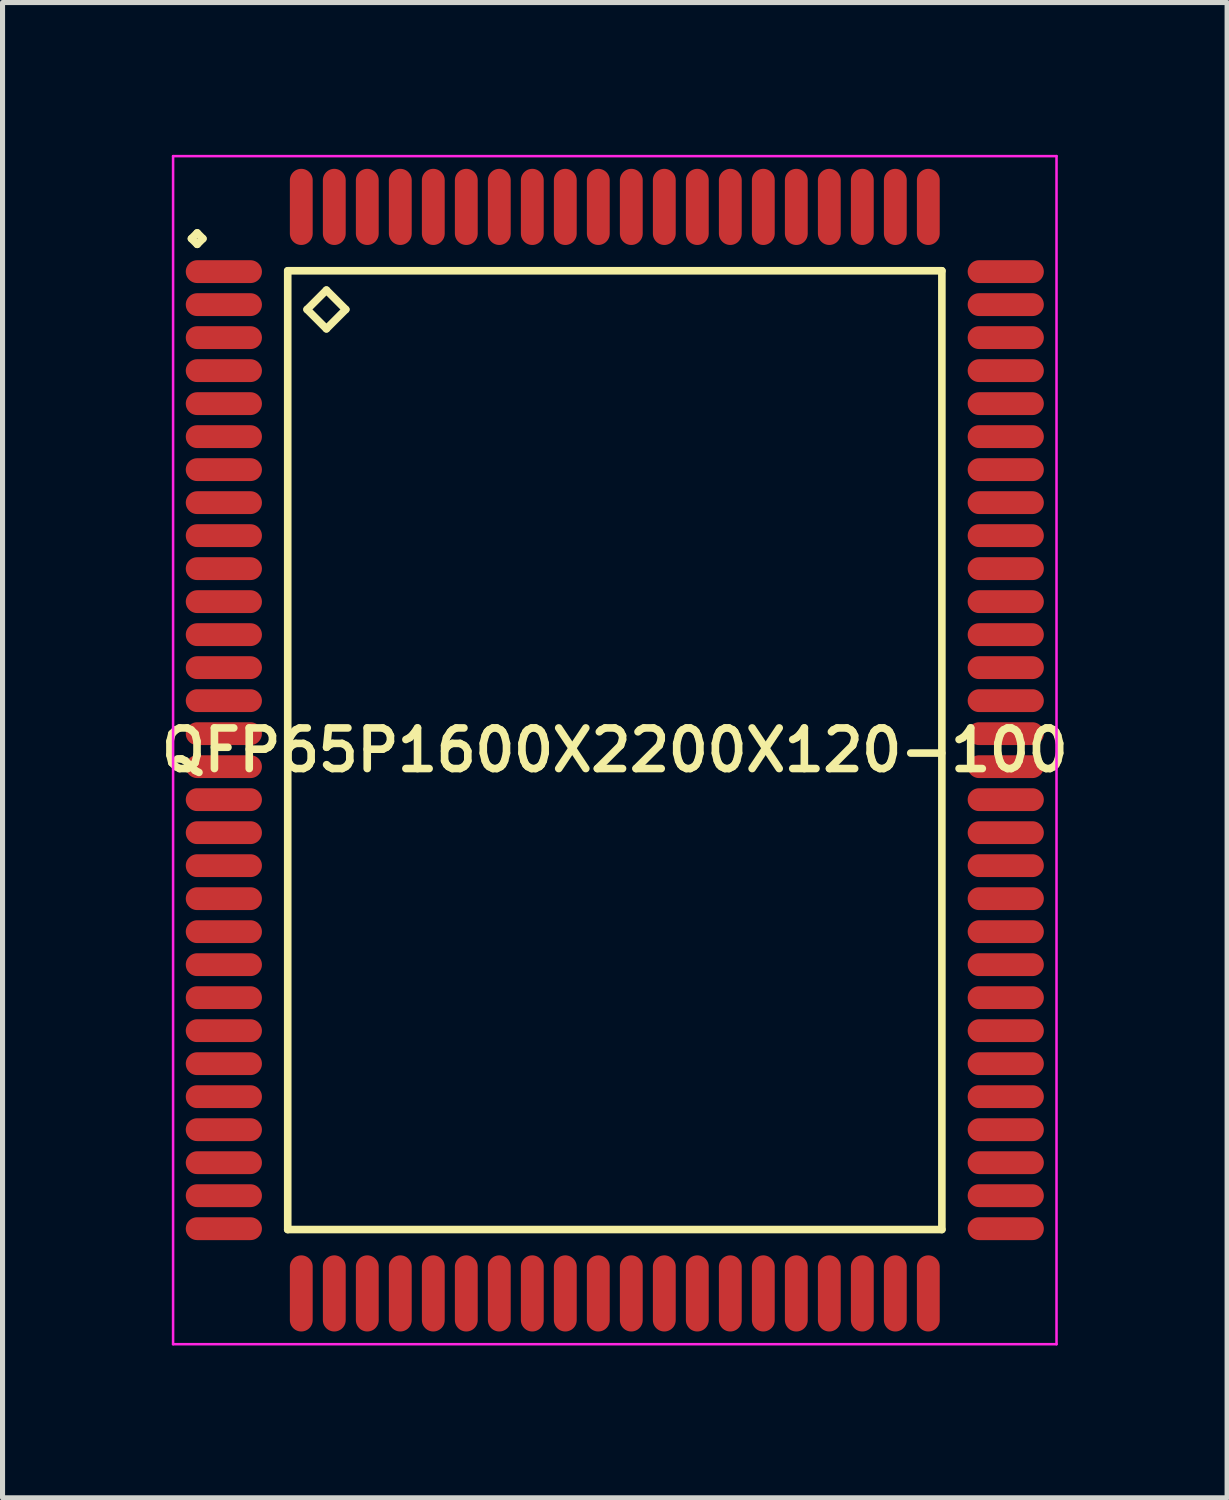
<source format=kicad_pcb>
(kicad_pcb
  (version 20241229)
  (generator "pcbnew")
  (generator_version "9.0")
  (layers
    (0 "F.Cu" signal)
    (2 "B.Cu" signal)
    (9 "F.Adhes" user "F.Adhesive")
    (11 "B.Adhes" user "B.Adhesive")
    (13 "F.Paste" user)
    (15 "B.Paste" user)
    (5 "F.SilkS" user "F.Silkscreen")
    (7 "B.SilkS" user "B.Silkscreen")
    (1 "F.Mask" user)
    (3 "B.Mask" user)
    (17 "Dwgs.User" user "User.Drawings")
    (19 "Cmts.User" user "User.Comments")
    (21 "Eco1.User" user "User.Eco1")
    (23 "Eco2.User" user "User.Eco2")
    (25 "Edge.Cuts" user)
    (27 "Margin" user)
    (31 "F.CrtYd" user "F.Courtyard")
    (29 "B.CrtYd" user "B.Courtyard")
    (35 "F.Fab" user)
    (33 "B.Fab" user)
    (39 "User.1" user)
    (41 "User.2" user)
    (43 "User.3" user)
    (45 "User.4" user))
  (footprint "QFP65P1600X2200X120-100"
    (layer "F.Cu")
    (at 9.059 11.725)
    (property "Reference" "QFP65P1600X2200X120-100" (at 0 0 0) (layer "F.SilkS") (effects (font (size 0.8 0.8) (thickness 0.15))))
    (attr smd)
    (fp_line (start -8.338 -10.075) (end -8.225 -10.188) (stroke (width 0.15) (type solid)) (layer "F.SilkS"))
    (fp_line (start -8.225 -10.188) (end -8.113 -10.075) (stroke (width 0.15) (type solid)) (layer "F.SilkS"))
    (fp_line (start -8.225 -9.963) (end -8.338 -10.075) (stroke (width 0.15) (type solid)) (layer "F.SilkS"))
    (fp_line (start -8.113 -10.075) (end -8.225 -9.963) (stroke (width 0.15) (type solid)) (layer "F.SilkS"))
    (fp_line (start -6.442 -9.442) (end -6.442 9.442) (stroke (width 0.15) (type solid)) (layer "F.SilkS"))
    (fp_line (start -6.442 9.442) (end 6.442 9.442) (stroke (width 0.15) (type solid)) (layer "F.SilkS"))
    (fp_line (start -6.061 -8.68) (end -5.68 -9.061) (stroke (width 0.15) (type solid)) (layer "F.SilkS"))
    (fp_line (start -5.68 -9.061) (end -5.299 -8.68) (stroke (width 0.15) (type solid)) (layer "F.SilkS"))
    (fp_line (start -5.68 -8.299) (end -6.061 -8.68) (stroke (width 0.15) (type solid)) (layer "F.SilkS"))
    (fp_line (start -5.299 -8.68) (end -5.68 -8.299) (stroke (width 0.15) (type solid)) (layer "F.SilkS"))
    (fp_line (start 6.442 -9.442) (end -6.442 -9.442) (stroke (width 0.15) (type solid)) (layer "F.SilkS"))
    (fp_line (start 6.442 9.442) (end 6.442 -9.442) (stroke (width 0.15) (type solid)) (layer "F.SilkS"))
    (fp_line (start -8.7 -11.7) (end 8.7 -11.7) (stroke (width 0.05) (type solid)) (layer "F.CrtYd"))
    (fp_line (start -8.7 11.7) (end -8.7 -11.7) (stroke (width 0.05) (type solid)) (layer "F.CrtYd"))
    (fp_line (start 8.7 -11.7) (end 8.7 11.7) (stroke (width 0.05) (type solid)) (layer "F.CrtYd"))
    (fp_line (start 8.7 11.7) (end -8.7 11.7) (stroke (width 0.05) (type solid)) (layer "F.CrtYd"))
    (pad "1" smd oval (at -7.7 -9.425) (size 1.5 0.45) (layers "F.Cu" "F.Mask" "F.Paste"))
    (pad "2" smd oval (at -7.7 -8.775) (size 1.5 0.45) (layers "F.Cu" "F.Mask" "F.Paste"))
    (pad "3" smd oval (at -7.7 -8.125) (size 1.5 0.45) (layers "F.Cu" "F.Mask" "F.Paste"))
    (pad "4" smd oval (at -7.7 -7.475) (size 1.5 0.45) (layers "F.Cu" "F.Mask" "F.Paste"))
    (pad "5" smd oval (at -7.7 -6.825) (size 1.5 0.45) (layers "F.Cu" "F.Mask" "F.Paste"))
    (pad "6" smd oval (at -7.7 -6.175) (size 1.5 0.45) (layers "F.Cu" "F.Mask" "F.Paste"))
    (pad "7" smd oval (at -7.7 -5.525) (size 1.5 0.45) (layers "F.Cu" "F.Mask" "F.Paste"))
    (pad "8" smd oval (at -7.7 -4.875) (size 1.5 0.45) (layers "F.Cu" "F.Mask" "F.Paste"))
    (pad "9" smd oval (at -7.7 -4.225) (size 1.5 0.45) (layers "F.Cu" "F.Mask" "F.Paste"))
    (pad "10" smd oval (at -7.7 -3.575) (size 1.5 0.45) (layers "F.Cu" "F.Mask" "F.Paste"))
    (pad "11" smd oval (at -7.7 -2.925) (size 1.5 0.45) (layers "F.Cu" "F.Mask" "F.Paste"))
    (pad "12" smd oval (at -7.7 -2.275) (size 1.5 0.45) (layers "F.Cu" "F.Mask" "F.Paste"))
    (pad "13" smd oval (at -7.7 -1.625) (size 1.5 0.45) (layers "F.Cu" "F.Mask" "F.Paste"))
    (pad "14" smd oval (at -7.7 -0.975) (size 1.5 0.45) (layers "F.Cu" "F.Mask" "F.Paste"))
    (pad "15" smd oval (at -7.7 -0.325) (size 1.5 0.45) (layers "F.Cu" "F.Mask" "F.Paste"))
    (pad "16" smd oval (at -7.7 0.325) (size 1.5 0.45) (layers "F.Cu" "F.Mask" "F.Paste"))
    (pad "17" smd oval (at -7.7 0.975) (size 1.5 0.45) (layers "F.Cu" "F.Mask" "F.Paste"))
    (pad "18" smd oval (at -7.7 1.625) (size 1.5 0.45) (layers "F.Cu" "F.Mask" "F.Paste"))
    (pad "19" smd oval (at -7.7 2.275) (size 1.5 0.45) (layers "F.Cu" "F.Mask" "F.Paste"))
    (pad "20" smd oval (at -7.7 2.925) (size 1.5 0.45) (layers "F.Cu" "F.Mask" "F.Paste"))
    (pad "21" smd oval (at -7.7 3.575) (size 1.5 0.45) (layers "F.Cu" "F.Mask" "F.Paste"))
    (pad "22" smd oval (at -7.7 4.225) (size 1.5 0.45) (layers "F.Cu" "F.Mask" "F.Paste"))
    (pad "23" smd oval (at -7.7 4.875) (size 1.5 0.45) (layers "F.Cu" "F.Mask" "F.Paste"))
    (pad "24" smd oval (at -7.7 5.525) (size 1.5 0.45) (layers "F.Cu" "F.Mask" "F.Paste"))
    (pad "25" smd oval (at -7.7 6.175) (size 1.5 0.45) (layers "F.Cu" "F.Mask" "F.Paste"))
    (pad "26" smd oval (at -7.7 6.825) (size 1.5 0.45) (layers "F.Cu" "F.Mask" "F.Paste"))
    (pad "27" smd oval (at -7.7 7.475) (size 1.5 0.45) (layers "F.Cu" "F.Mask" "F.Paste"))
    (pad "28" smd oval (at -7.7 8.125) (size 1.5 0.45) (layers "F.Cu" "F.Mask" "F.Paste"))
    (pad "29" smd oval (at -7.7 8.775) (size 1.5 0.45) (layers "F.Cu" "F.Mask" "F.Paste"))
    (pad "30" smd oval (at -7.7 9.425) (size 1.5 0.45) (layers "F.Cu" "F.Mask" "F.Paste"))
    (pad "31" smd oval (at -6.175 10.7) (size 0.45 1.5) (layers "F.Cu" "F.Mask" "F.Paste"))
    (pad "32" smd oval (at -5.525 10.7) (size 0.45 1.5) (layers "F.Cu" "F.Mask" "F.Paste"))
    (pad "33" smd oval (at -4.875 10.7) (size 0.45 1.5) (layers "F.Cu" "F.Mask" "F.Paste"))
    (pad "34" smd oval (at -4.225 10.7) (size 0.45 1.5) (layers "F.Cu" "F.Mask" "F.Paste"))
    (pad "35" smd oval (at -3.575 10.7) (size 0.45 1.5) (layers "F.Cu" "F.Mask" "F.Paste"))
    (pad "36" smd oval (at -2.925 10.7) (size 0.45 1.5) (layers "F.Cu" "F.Mask" "F.Paste"))
    (pad "37" smd oval (at -2.275 10.7) (size 0.45 1.5) (layers "F.Cu" "F.Mask" "F.Paste"))
    (pad "38" smd oval (at -1.625 10.7) (size 0.45 1.5) (layers "F.Cu" "F.Mask" "F.Paste"))
    (pad "39" smd oval (at -0.975 10.7) (size 0.45 1.5) (layers "F.Cu" "F.Mask" "F.Paste"))
    (pad "40" smd oval (at -0.325 10.7) (size 0.45 1.5) (layers "F.Cu" "F.Mask" "F.Paste"))
    (pad "41" smd oval (at 0.325 10.7) (size 0.45 1.5) (layers "F.Cu" "F.Mask" "F.Paste"))
    (pad "42" smd oval (at 0.975 10.7) (size 0.45 1.5) (layers "F.Cu" "F.Mask" "F.Paste"))
    (pad "43" smd oval (at 1.625 10.7) (size 0.45 1.5) (layers "F.Cu" "F.Mask" "F.Paste"))
    (pad "44" smd oval (at 2.275 10.7) (size 0.45 1.5) (layers "F.Cu" "F.Mask" "F.Paste"))
    (pad "45" smd oval (at 2.925 10.7) (size 0.45 1.5) (layers "F.Cu" "F.Mask" "F.Paste"))
    (pad "46" smd oval (at 3.575 10.7) (size 0.45 1.5) (layers "F.Cu" "F.Mask" "F.Paste"))
    (pad "47" smd oval (at 4.225 10.7) (size 0.45 1.5) (layers "F.Cu" "F.Mask" "F.Paste"))
    (pad "48" smd oval (at 4.875 10.7) (size 0.45 1.5) (layers "F.Cu" "F.Mask" "F.Paste"))
    (pad "49" smd oval (at 5.525 10.7) (size 0.45 1.5) (layers "F.Cu" "F.Mask" "F.Paste"))
    (pad "50" smd oval (at 6.175 10.7) (size 0.45 1.5) (layers "F.Cu" "F.Mask" "F.Paste"))
    (pad "51" smd oval (at 7.7 9.425) (size 1.5 0.45) (layers "F.Cu" "F.Mask" "F.Paste"))
    (pad "52" smd oval (at 7.7 8.775) (size 1.5 0.45) (layers "F.Cu" "F.Mask" "F.Paste"))
    (pad "53" smd oval (at 7.7 8.125) (size 1.5 0.45) (layers "F.Cu" "F.Mask" "F.Paste"))
    (pad "54" smd oval (at 7.7 7.475) (size 1.5 0.45) (layers "F.Cu" "F.Mask" "F.Paste"))
    (pad "55" smd oval (at 7.7 6.825) (size 1.5 0.45) (layers "F.Cu" "F.Mask" "F.Paste"))
    (pad "56" smd oval (at 7.7 6.175) (size 1.5 0.45) (layers "F.Cu" "F.Mask" "F.Paste"))
    (pad "57" smd oval (at 7.7 5.525) (size 1.5 0.45) (layers "F.Cu" "F.Mask" "F.Paste"))
    (pad "58" smd oval (at 7.7 4.875) (size 1.5 0.45) (layers "F.Cu" "F.Mask" "F.Paste"))
    (pad "59" smd oval (at 7.7 4.225) (size 1.5 0.45) (layers "F.Cu" "F.Mask" "F.Paste"))
    (pad "60" smd oval (at 7.7 3.575) (size 1.5 0.45) (layers "F.Cu" "F.Mask" "F.Paste"))
    (pad "61" smd oval (at 7.7 2.925) (size 1.5 0.45) (layers "F.Cu" "F.Mask" "F.Paste"))
    (pad "62" smd oval (at 7.7 2.275) (size 1.5 0.45) (layers "F.Cu" "F.Mask" "F.Paste"))
    (pad "63" smd oval (at 7.7 1.625) (size 1.5 0.45) (layers "F.Cu" "F.Mask" "F.Paste"))
    (pad "64" smd oval (at 7.7 0.975) (size 1.5 0.45) (layers "F.Cu" "F.Mask" "F.Paste"))
    (pad "65" smd oval (at 7.7 0.325) (size 1.5 0.45) (layers "F.Cu" "F.Mask" "F.Paste"))
    (pad "66" smd oval (at 7.7 -0.325) (size 1.5 0.45) (layers "F.Cu" "F.Mask" "F.Paste"))
    (pad "67" smd oval (at 7.7 -0.975) (size 1.5 0.45) (layers "F.Cu" "F.Mask" "F.Paste"))
    (pad "68" smd oval (at 7.7 -1.625) (size 1.5 0.45) (layers "F.Cu" "F.Mask" "F.Paste"))
    (pad "69" smd oval (at 7.7 -2.275) (size 1.5 0.45) (layers "F.Cu" "F.Mask" "F.Paste"))
    (pad "70" smd oval (at 7.7 -2.925) (size 1.5 0.45) (layers "F.Cu" "F.Mask" "F.Paste"))
    (pad "71" smd oval (at 7.7 -3.575) (size 1.5 0.45) (layers "F.Cu" "F.Mask" "F.Paste"))
    (pad "72" smd oval (at 7.7 -4.225) (size 1.5 0.45) (layers "F.Cu" "F.Mask" "F.Paste"))
    (pad "73" smd oval (at 7.7 -4.875) (size 1.5 0.45) (layers "F.Cu" "F.Mask" "F.Paste"))
    (pad "74" smd oval (at 7.7 -5.525) (size 1.5 0.45) (layers "F.Cu" "F.Mask" "F.Paste"))
    (pad "75" smd oval (at 7.7 -6.175) (size 1.5 0.45) (layers "F.Cu" "F.Mask" "F.Paste"))
    (pad "76" smd oval (at 7.7 -6.825) (size 1.5 0.45) (layers "F.Cu" "F.Mask" "F.Paste"))
    (pad "77" smd oval (at 7.7 -7.475) (size 1.5 0.45) (layers "F.Cu" "F.Mask" "F.Paste"))
    (pad "78" smd oval (at 7.7 -8.125) (size 1.5 0.45) (layers "F.Cu" "F.Mask" "F.Paste"))
    (pad "79" smd oval (at 7.7 -8.775) (size 1.5 0.45) (layers "F.Cu" "F.Mask" "F.Paste"))
    (pad "80" smd oval (at 7.7 -9.425) (size 1.5 0.45) (layers "F.Cu" "F.Mask" "F.Paste"))
    (pad "81" smd oval (at 6.175 -10.7) (size 0.45 1.5) (layers "F.Cu" "F.Mask" "F.Paste"))
    (pad "82" smd oval (at 5.525 -10.7) (size 0.45 1.5) (layers "F.Cu" "F.Mask" "F.Paste"))
    (pad "83" smd oval (at 4.875 -10.7) (size 0.45 1.5) (layers "F.Cu" "F.Mask" "F.Paste"))
    (pad "84" smd oval (at 4.225 -10.7) (size 0.45 1.5) (layers "F.Cu" "F.Mask" "F.Paste"))
    (pad "85" smd oval (at 3.575 -10.7) (size 0.45 1.5) (layers "F.Cu" "F.Mask" "F.Paste"))
    (pad "86" smd oval (at 2.925 -10.7) (size 0.45 1.5) (layers "F.Cu" "F.Mask" "F.Paste"))
    (pad "87" smd oval (at 2.275 -10.7) (size 0.45 1.5) (layers "F.Cu" "F.Mask" "F.Paste"))
    (pad "88" smd oval (at 1.625 -10.7) (size 0.45 1.5) (layers "F.Cu" "F.Mask" "F.Paste"))
    (pad "89" smd oval (at 0.975 -10.7) (size 0.45 1.5) (layers "F.Cu" "F.Mask" "F.Paste"))
    (pad "90" smd oval (at 0.325 -10.7) (size 0.45 1.5) (layers "F.Cu" "F.Mask" "F.Paste"))
    (pad "91" smd oval (at -0.325 -10.7) (size 0.45 1.5) (layers "F.Cu" "F.Mask" "F.Paste"))
    (pad "92" smd oval (at -0.975 -10.7) (size 0.45 1.5) (layers "F.Cu" "F.Mask" "F.Paste"))
    (pad "93" smd oval (at -1.625 -10.7) (size 0.45 1.5) (layers "F.Cu" "F.Mask" "F.Paste"))
    (pad "94" smd oval (at -2.275 -10.7) (size 0.45 1.5) (layers "F.Cu" "F.Mask" "F.Paste"))
    (pad "95" smd oval (at -2.925 -10.7) (size 0.45 1.5) (layers "F.Cu" "F.Mask" "F.Paste"))
    (pad "96" smd oval (at -3.575 -10.7) (size 0.45 1.5) (layers "F.Cu" "F.Mask" "F.Paste"))
    (pad "97" smd oval (at -4.225 -10.7) (size 0.45 1.5) (layers "F.Cu" "F.Mask" "F.Paste"))
    (pad "98" smd oval (at -4.875 -10.7) (size 0.45 1.5) (layers "F.Cu" "F.Mask" "F.Paste"))
    (pad "99" smd oval (at -5.525 -10.7) (size 0.45 1.5) (layers "F.Cu" "F.Mask" "F.Paste"))
    (pad "100" smd oval (at -6.175 -10.7) (size 0.45 1.5) (layers "F.Cu" "F.Mask" "F.Paste")))
  (gr_rect
    (start -3 -3)
    (end 21.119 26.45)
    (stroke (width 0.1) (type default))
    (fill no)
    (layer "Edge.Cuts")))
</source>
